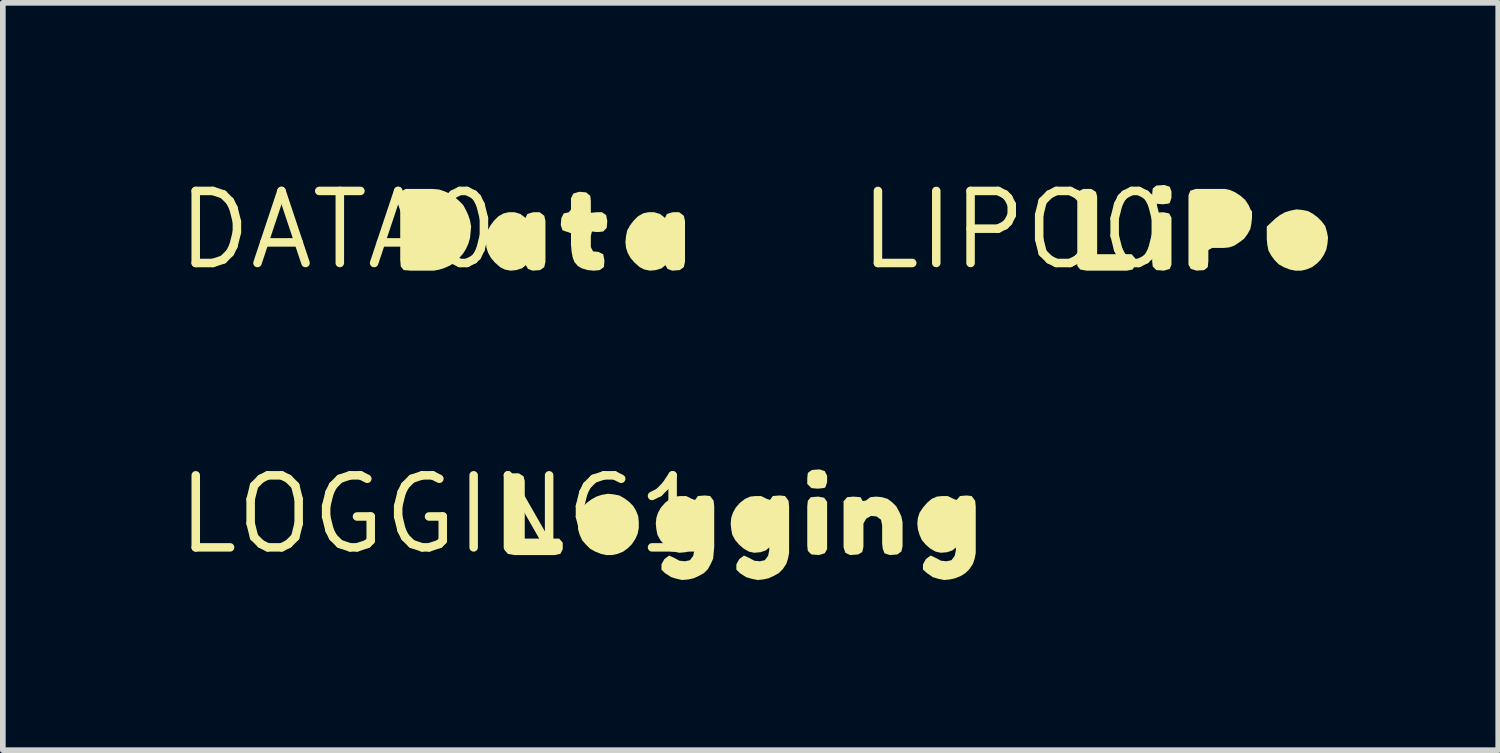
<source format=kicad_pcb>
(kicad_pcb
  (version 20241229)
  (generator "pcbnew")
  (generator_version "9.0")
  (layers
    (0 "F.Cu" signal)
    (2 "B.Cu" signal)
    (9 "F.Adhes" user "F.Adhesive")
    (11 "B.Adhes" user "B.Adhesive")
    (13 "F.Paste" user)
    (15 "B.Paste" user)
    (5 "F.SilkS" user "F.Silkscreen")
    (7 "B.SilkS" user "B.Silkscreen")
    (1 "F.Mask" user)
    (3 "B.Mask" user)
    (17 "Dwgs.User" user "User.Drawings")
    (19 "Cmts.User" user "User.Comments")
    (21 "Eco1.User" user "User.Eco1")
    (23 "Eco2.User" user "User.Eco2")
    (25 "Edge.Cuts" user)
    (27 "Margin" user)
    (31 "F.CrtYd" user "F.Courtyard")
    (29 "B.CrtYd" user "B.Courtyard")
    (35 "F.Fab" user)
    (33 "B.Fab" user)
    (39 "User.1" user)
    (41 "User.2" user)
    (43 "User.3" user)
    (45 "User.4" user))
  (footprint "LOGGING1"
    (layer "F.Cu")
    (at 4.755 6.019)
    (property "Reference" "LOGGING1" (at 0 0 0) (layer "F.SilkS") (effects (font (size 1.27 1.27) (thickness 0.15))))
    (fp_poly (pts (xy 6.723 -0.295) (xy 6.775 -0.222) (xy 6.775 0.611) (xy 6.733 0.684) (xy 6.631 0.715) (xy 6.498 0.705) (xy 6.435 0.642) (xy 6.425 0.55) (xy 6.425 -0.14) (xy 6.435 -0.242) (xy 6.488 -0.305) (xy 6.62 -0.315)) (stroke (width 0) (type solid)) (fill yes) (layer "F.SilkS"))
    (fp_poly (pts (xy 6.734 -0.764) (xy 6.775 -0.681) (xy 6.775 -0.569) (xy 6.744 -0.476) (xy 6.711 -0.465) (xy 6.61 -0.455) (xy 6.498 -0.465) (xy 6.425 -0.538) (xy 6.425 -0.64) (xy 6.435 -0.733) (xy 6.508 -0.785) (xy 6.641 -0.795)) (stroke (width 0) (type solid)) (fill yes) (layer "F.SilkS"))
    (fp_poly (pts (xy 1.424 -0.673) (xy 1.445 -0.591) (xy 1.445 0.425) (xy 2.052 0.425) (xy 2.115 0.498) (xy 2.115 0.611) (xy 2.073 0.694) (xy 1.97 0.715) (xy 1.26 0.715) (xy 1.147 0.695) (xy 1.095 0.632) (xy 1.095 -0.601) (xy 1.116 -0.683) (xy 1.199 -0.725) (xy 1.341 -0.725)) (stroke (width 0) (type solid)) (fill yes) (layer "F.SilkS"))
    (fp_poly (pts (xy 3.011 -0.355) (xy 3.112 -0.335) (xy 3.203 -0.284) (xy 3.283 -0.224) (xy 3.354 -0.153) (xy 3.404 -0.072) (xy 3.445 0.029) (xy 3.455 0.13) (xy 3.455 0.24) (xy 3.435 0.342) (xy 3.394 0.432) (xy 3.334 0.523) (xy 3.263 0.594) (xy 3.182 0.654) (xy 3.081 0.695) (xy 2.98 0.715) (xy 2.879 0.715) (xy 2.789 0.695) (xy 2.692 0.656) (xy 2.692 0.657) (xy 2.688 0.655) (xy 2.683 0.652) (xy 2.683 0.652) (xy 2.597 0.604) (xy 2.526 0.533) (xy 2.456 0.453) (xy 2.415 0.362) (xy 2.385 0.261) (xy 2.385 -0.062) (xy 2.537 -0.204) (xy 2.617 -0.264) (xy 2.708 -0.315) (xy 2.799 -0.345) (xy 2.91 -0.365)) (stroke (width 0) (type solid)) (fill yes) (layer "F.SilkS"))
    (fp_poly (pts (xy 7.741 -0.305) (xy 7.842 -0.275) (xy 7.923 -0.214) (xy 7.994 -0.143) (xy 8.044 -0.052) (xy 8.085 0.038) (xy 8.105 0.14) (xy 8.105 0.561) (xy 8.084 0.653) (xy 8.012 0.705) (xy 7.879 0.715) (xy 7.786 0.684) (xy 7.755 0.601) (xy 7.745 0.5) (xy 7.745 0.19) (xy 7.725 0.093) (xy 7.648 0.035) (xy 7.551 0.025) (xy 7.464 0.074) (xy 7.415 0.161) (xy 7.415 0.571) (xy 7.394 0.663) (xy 7.321 0.705) (xy 7.179 0.715) (xy 7.096 0.674) (xy 7.065 0.581) (xy 7.065 -0.232) (xy 7.128 -0.305) (xy 7.24 -0.315) (xy 7.363 -0.305) (xy 7.403 -0.236) (xy 7.458 -0.245) (xy 7.538 -0.305) (xy 7.64 -0.315)) (stroke (width 0) (type solid)) (fill yes) (layer "F.SilkS"))
    (fp_poly (pts (xy 6.033 -0.325) (xy 6.095 -0.242) (xy 6.105 -0.14) (xy 6.105 0.68) (xy 6.085 0.781) (xy 6.055 0.872) (xy 5.994 0.963) (xy 5.923 1.034) (xy 5.832 1.084) (xy 5.742 1.125) (xy 5.651 1.145) (xy 5.55 1.155) (xy 5.449 1.135) (xy 5.348 1.105) (xy 5.237 1.034) (xy 5.175 0.972) (xy 5.175 0.879) (xy 5.226 0.787) (xy 5.309 0.724) (xy 5.402 0.766) (xy 5.492 0.815) (xy 5.59 0.825) (xy 5.677 0.806) (xy 5.735 0.728) (xy 5.755 0.63) (xy 5.755 0.581) (xy 5.693 0.634) (xy 5.601 0.665) (xy 5.49 0.675) (xy 5.398 0.655) (xy 5.307 0.604) (xy 5.226 0.534) (xy 5.156 0.453) (xy 5.105 0.362) (xy 5.085 0.261) (xy 5.075 0.16) (xy 5.085 0.059) (xy 5.115 -0.032) (xy 5.166 -0.123) (xy 5.237 -0.204) (xy 5.327 -0.274) (xy 5.419 -0.315) (xy 5.51 -0.325) (xy 5.611 -0.325) (xy 5.712 -0.275) (xy 5.768 -0.256) (xy 5.817 -0.325) (xy 5.94 -0.335)) (stroke (width 0) (type solid)) (fill yes) (layer "F.SilkS"))
    (fp_poly (pts (xy 9.323 -0.325) (xy 9.385 -0.242) (xy 9.395 -0.14) (xy 9.395 0.68) (xy 9.375 0.781) (xy 9.345 0.872) (xy 9.284 0.963) (xy 9.213 1.034) (xy 9.132 1.084) (xy 9.031 1.125) (xy 8.941 1.145) (xy 8.84 1.155) (xy 8.739 1.135) (xy 8.638 1.105) (xy 8.537 1.034) (xy 8.465 0.972) (xy 8.465 0.879) (xy 8.516 0.787) (xy 8.599 0.724) (xy 8.692 0.766) (xy 8.782 0.815) (xy 8.88 0.825) (xy 8.967 0.806) (xy 9.025 0.728) (xy 9.045 0.63) (xy 9.045 0.581) (xy 8.983 0.634) (xy 8.891 0.665) (xy 8.78 0.675) (xy 8.688 0.655) (xy 8.597 0.604) (xy 8.516 0.534) (xy 8.446 0.453) (xy 8.405 0.362) (xy 8.375 0.261) (xy 8.365 0.16) (xy 8.375 0.059) (xy 8.405 -0.032) (xy 8.466 -0.123) (xy 8.536 -0.204) (xy 8.617 -0.274) (xy 8.709 -0.315) (xy 8.8 -0.325) (xy 8.901 -0.325) (xy 9.002 -0.275) (xy 9.058 -0.256) (xy 9.118 -0.325) (xy 9.23 -0.335)) (stroke (width 0) (type solid)) (fill yes) (layer "F.SilkS"))
    (fp_poly (pts (xy 4.713 -0.325) (xy 4.775 -0.242) (xy 4.785 -0.14) (xy 4.785 0.57) (xy 4.775 0.68) (xy 4.765 0.781) (xy 4.724 0.872) (xy 4.674 0.963) (xy 4.603 1.034) (xy 4.512 1.084) (xy 4.422 1.125) (xy 4.331 1.145) (xy 4.22 1.155) (xy 4.129 1.135) (xy 4.028 1.105) (xy 3.917 1.034) (xy 3.855 0.972) (xy 3.855 0.879) (xy 3.906 0.787) (xy 3.989 0.724) (xy 4.082 0.766) (xy 4.172 0.815) (xy 4.27 0.825) (xy 4.357 0.806) (xy 4.415 0.728) (xy 4.435 0.63) (xy 4.435 0.581) (xy 4.373 0.634) (xy 4.281 0.665) (xy 4.17 0.675) (xy 4.078 0.655) (xy 3.987 0.604) (xy 3.906 0.534) (xy 3.836 0.453) (xy 3.785 0.362) (xy 3.765 0.261) (xy 3.755 0.16) (xy 3.765 0.059) (xy 3.795 -0.032) (xy 3.846 -0.123) (xy 3.917 -0.204) (xy 4.007 -0.274) (xy 4.099 -0.315) (xy 4.19 -0.325) (xy 4.291 -0.325) (xy 4.392 -0.275) (xy 4.448 -0.256) (xy 4.497 -0.325) (xy 4.62 -0.335)) (stroke (width 0) (type solid)) (fill yes) (layer "F.SilkS")))
  (footprint "LIPO0"
    (layer "F.Cu")
    (at 14.845 1.006)
    (property "Reference" "LIPO0" (at 0 0 0) (layer "F.SilkS") (effects (font (size 1.27 1.27) (thickness 0.15))))
    (fp_poly (pts (xy 2.713 -0.294) (xy 2.755 -0.221) (xy 2.755 0.611) (xy 2.724 0.684) (xy 2.621 0.715) (xy 2.488 0.705) (xy 2.425 0.642) (xy 2.415 0.55) (xy 2.415 -0.242) (xy 2.478 -0.305) (xy 2.61 -0.315)) (stroke (width 0) (type solid)) (fill yes) (layer "F.SilkS"))
    (fp_poly (pts (xy 2.724 -0.764) (xy 2.755 -0.681) (xy 2.755 -0.569) (xy 2.724 -0.476) (xy 2.691 -0.465) (xy 2.6 -0.455) (xy 2.488 -0.465) (xy 2.415 -0.538) (xy 2.415 -0.64) (xy 2.425 -0.733) (xy 2.488 -0.785) (xy 2.631 -0.795)) (stroke (width 0) (type solid)) (fill yes) (layer "F.SilkS"))
    (fp_poly (pts (xy 1.424 -0.673) (xy 1.445 -0.591) (xy 1.445 0.425) (xy 2.052 0.425) (xy 2.115 0.498) (xy 2.115 0.611) (xy 2.073 0.694) (xy 1.97 0.715) (xy 1.26 0.715) (xy 1.147 0.695) (xy 1.095 0.632) (xy 1.095 -0.601) (xy 1.116 -0.683) (xy 1.199 -0.725) (xy 1.341 -0.725)) (stroke (width 0) (type solid)) (fill yes) (layer "F.SilkS"))
    (fp_poly (pts (xy 3.792 -0.705) (xy 3.882 -0.664) (xy 3.973 -0.604) (xy 4.054 -0.533) (xy 4.114 -0.442) (xy 4.154 -0.353) (xy 4.175 -0.332) (xy 4.175 -0.22) (xy 4.165 -0.119) (xy 4.145 -0.018) (xy 4.094 0.073) (xy 4.034 0.154) (xy 3.953 0.214) (xy 3.866 0.272) (xy 3.867 0.273) (xy 3.862 0.275) (xy 3.858 0.277) (xy 3.857 0.276) (xy 3.771 0.305) (xy 3.67 0.315) (xy 3.471 0.315) (xy 3.405 0.353) (xy 3.405 0.55) (xy 3.395 0.653) (xy 3.332 0.705) (xy 3.199 0.715) (xy 3.097 0.684) (xy 3.055 0.611) (xy 3.055 -0.611) (xy 3.086 -0.694) (xy 3.179 -0.725) (xy 3.701 -0.725)) (stroke (width 0) (type solid)) (fill yes) (layer "F.SilkS"))
    (fp_poly (pts (xy 5.061 -0.355) (xy 5.162 -0.335) (xy 5.253 -0.284) (xy 5.333 -0.224) (xy 5.404 -0.153) (xy 5.465 -0.072) (xy 5.495 0.029) (xy 5.515 0.13) (xy 5.505 0.241) (xy 5.485 0.342) (xy 5.444 0.432) (xy 5.384 0.523) (xy 5.313 0.594) (xy 5.232 0.654) (xy 5.131 0.695) (xy 5.041 0.715) (xy 4.94 0.715) (xy 4.839 0.695) (xy 4.742 0.656) (xy 4.742 0.657) (xy 4.738 0.655) (xy 4.733 0.652) (xy 4.733 0.652) (xy 4.647 0.604) (xy 4.576 0.533) (xy 4.516 0.453) (xy 4.465 0.362) (xy 4.445 0.261) (xy 4.435 0.16) (xy 4.435 -0.062) (xy 4.587 -0.204) (xy 4.667 -0.264) (xy 4.758 -0.315) (xy 4.859 -0.345) (xy 4.96 -0.365)) (stroke (width 0) (type solid)) (fill yes) (layer "F.SilkS")))
  (footprint "DATA0"
    (layer "F.Cu")
    (at 2.91 1.006)
    (property "Reference" "DATA0" (at 0 0 0) (layer "F.SilkS") (effects (font (size 1.27 1.27) (thickness 0.15))))
    (fp_poly (pts (xy 3.212 -0.285) (xy 3.294 -0.223) (xy 3.3 -0.211) (xy 3.336 -0.284) (xy 3.439 -0.315) (xy 3.552 -0.315) (xy 3.634 -0.253) (xy 3.655 -0.161) (xy 3.655 0.561) (xy 3.634 0.653) (xy 3.562 0.705) (xy 3.429 0.715) (xy 3.347 0.684) (xy 3.309 0.618) (xy 3.242 0.674) (xy 3.141 0.705) (xy 3.04 0.715) (xy 2.938 0.695) (xy 2.857 0.654) (xy 2.766 0.574) (xy 2.696 0.493) (xy 2.645 0.402) (xy 2.615 0.311) (xy 2.605 0.21) (xy 2.615 0.109) (xy 2.635 0.008) (xy 2.686 -0.083) (xy 2.746 -0.163) (xy 2.827 -0.244) (xy 2.918 -0.295) (xy 3.009 -0.315) (xy 3.111 -0.315)) (stroke (width 0) (type solid)) (fill yes) (layer "F.SilkS"))
    (fp_poly (pts (xy 5.672 -0.285) (xy 5.754 -0.223) (xy 5.76 -0.211) (xy 5.796 -0.284) (xy 5.899 -0.315) (xy 6.012 -0.315) (xy 6.094 -0.253) (xy 6.115 -0.161) (xy 6.115 0.561) (xy 6.094 0.653) (xy 6.022 0.705) (xy 5.889 0.715) (xy 5.807 0.684) (xy 5.769 0.618) (xy 5.702 0.674) (xy 5.601 0.705) (xy 5.5 0.715) (xy 5.398 0.695) (xy 5.317 0.654) (xy 5.226 0.574) (xy 5.156 0.493) (xy 5.105 0.402) (xy 5.075 0.311) (xy 5.065 0.21) (xy 5.075 0.109) (xy 5.095 0.008) (xy 5.146 -0.083) (xy 5.206 -0.163) (xy 5.287 -0.244) (xy 5.378 -0.295) (xy 5.469 -0.315) (xy 5.571 -0.315)) (stroke (width 0) (type solid)) (fill yes) (layer "F.SilkS"))
    (fp_poly (pts (xy 1.781 -0.715) (xy 1.872 -0.685) (xy 1.962 -0.644) (xy 2.053 -0.584) (xy 2.133 -0.514) (xy 2.204 -0.443) (xy 2.254 -0.352) (xy 2.295 -0.262) (xy 2.325 -0.171) (xy 2.345 -0.06) (xy 2.335 0.04) (xy 2.325 0.141) (xy 2.295 0.242) (xy 2.254 0.332) (xy 2.204 0.413) (xy 2.134 0.493) (xy 2.063 0.564) (xy 1.972 0.624) (xy 1.886 0.663) (xy 1.887 0.663) (xy 1.882 0.665) (xy 1.877 0.667) (xy 1.877 0.666) (xy 1.791 0.695) (xy 1.69 0.715) (xy 1.28 0.715) (xy 1.157 0.705) (xy 1.105 0.642) (xy 1.095 0.53) (xy 1.095 -0.591) (xy 1.116 -0.683) (xy 1.189 -0.725) (xy 1.68 -0.725)) (stroke (width 0) (type solid)) (fill yes) (layer "F.SilkS"))
    (fp_poly (pts (xy 4.372 -0.665) (xy 4.445 -0.603) (xy 4.455 -0.51) (xy 4.455 -0.305) (xy 4.56 -0.315) (xy 4.652 -0.315) (xy 4.725 -0.263) (xy 4.745 -0.16) (xy 4.735 -0.038) (xy 4.672 0.025) (xy 4.57 0.035) (xy 4.474 0.025) (xy 4.455 0.101) (xy 4.455 0.299) (xy 4.493 0.375) (xy 4.591 0.385) (xy 4.674 0.427) (xy 4.695 0.54) (xy 4.685 0.653) (xy 4.612 0.705) (xy 4.51 0.715) (xy 4.399 0.705) (xy 4.298 0.675) (xy 4.227 0.634) (xy 4.166 0.563) (xy 4.135 0.481) (xy 4.115 0.371) (xy 4.105 0.26) (xy 4.105 0.054) (xy 3.956 0.004) (xy 3.925 -0.089) (xy 3.935 -0.211) (xy 3.977 -0.294) (xy 4.067 -0.314) (xy 4.105 -0.362) (xy 4.105 -0.561) (xy 4.146 -0.644) (xy 4.249 -0.675)) (stroke (width 0) (type solid)) (fill yes) (layer "F.SilkS")))
  (gr_rect
    (start -3 -3)
    (end 23.36 10.174)
    (stroke (width 0.1) (type default))
    (fill no)
    (layer "Edge.Cuts")))
</source>
